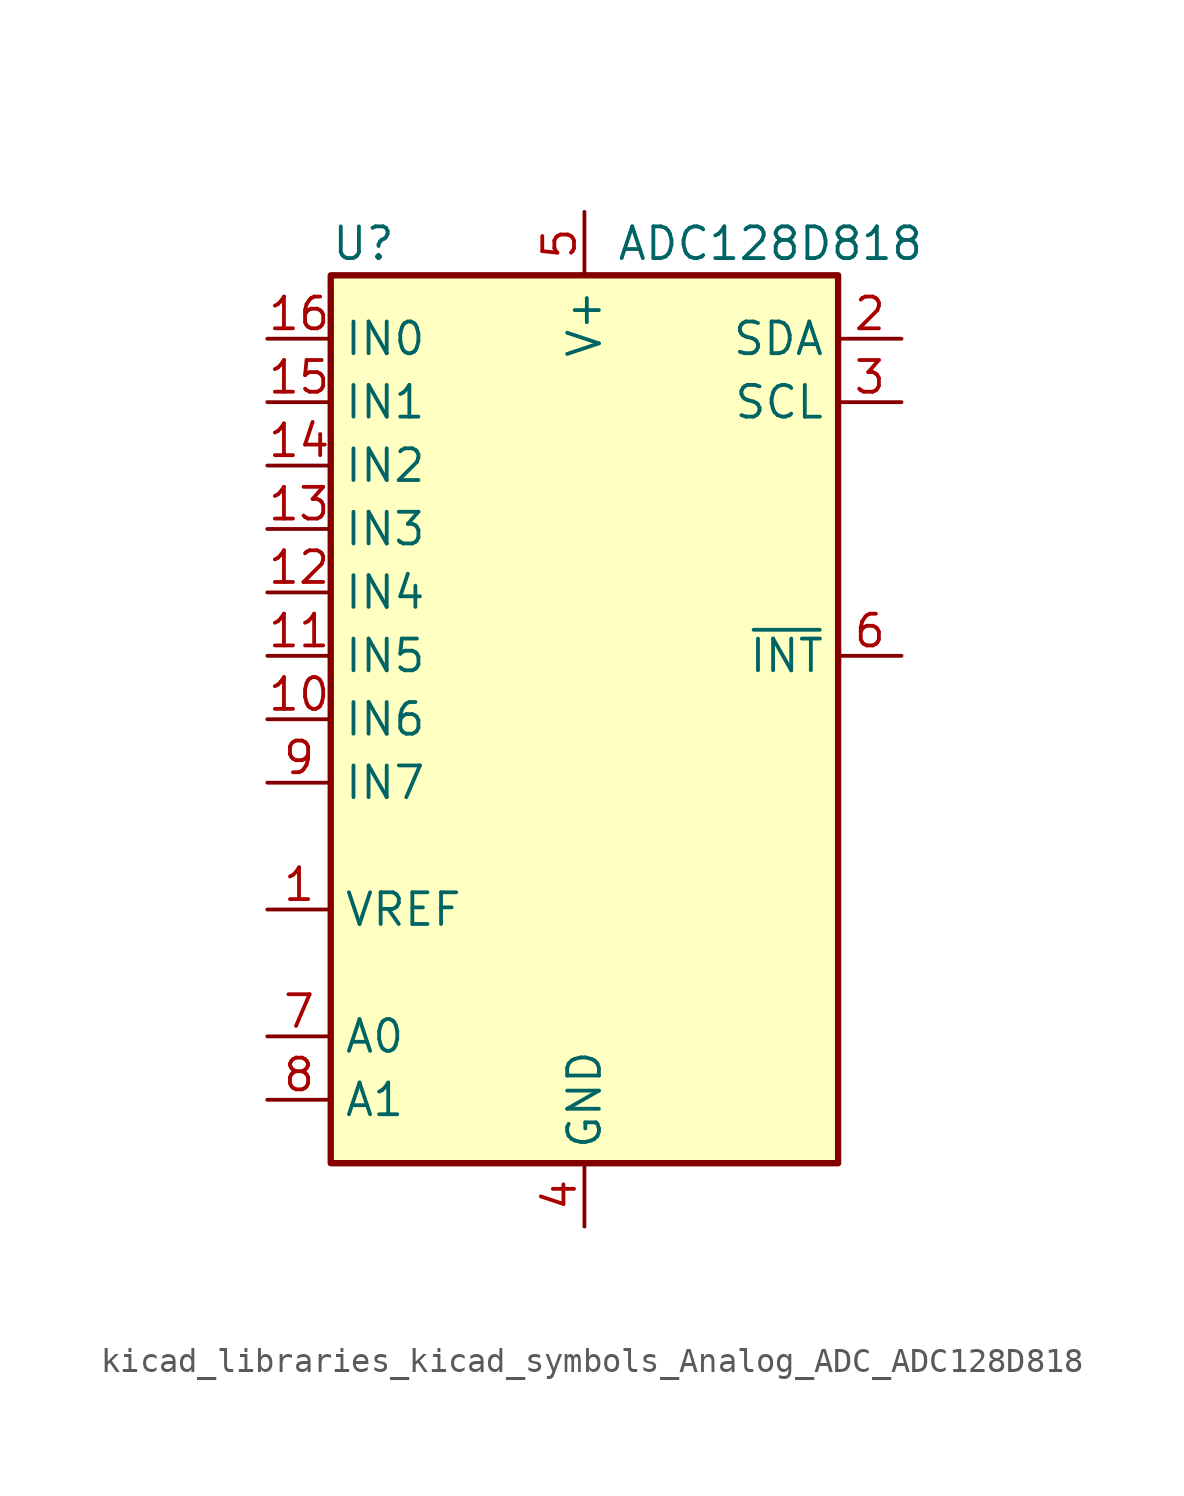
<source format=kicad_sym>
(kicad_symbol_lib
  (version 20220914)
  (generator kicad_symbol_editor)
  (symbol "kicad_libraries_kicad_symbols_Analog_ADC_ADC128D818"
    (property "Reference" "U"
      (at -10.16 19.05 0)
      (effects (font (size 1.27 1.27)) (justify left)))
    (property "Value" "ADC128D818"
      (at 1.27 19.05 0)
      (effects (font (size 1.27 1.27)) (justify left)))
    (symbol "kicad_libraries_kicad_symbols_Analog_ADC_ADC128D818_0_1"
      (rectangle (start -10.16 17.78) (end 10.16 -17.78) (stroke (width 0.254) (type default)) (fill (type background))))
    (symbol "kicad_libraries_kicad_symbols_Analog_ADC_ADC128D818_1_1"
      (pin input line (at -12.7 -7.62 0) (length 2.54) (name "VREF" (effects (font (size 1.27 1.27)))) (number "1" (effects (font (size 1.27 1.27)))))
      (pin input line (at -12.7 0 0) (length 2.54) (name "IN6" (effects (font (size 1.27 1.27)))) (number "10" (effects (font (size 1.27 1.27)))))
      (pin input line (at -12.7 2.54 0) (length 2.54) (name "IN5" (effects (font (size 1.27 1.27)))) (number "11" (effects (font (size 1.27 1.27)))))
      (pin input line (at -12.7 5.08 0) (length 2.54) (name "IN4" (effects (font (size 1.27 1.27)))) (number "12" (effects (font (size 1.27 1.27)))))
      (pin input line (at -12.7 7.62 0) (length 2.54) (name "IN3" (effects (font (size 1.27 1.27)))) (number "13" (effects (font (size 1.27 1.27)))))
      (pin input line (at -12.7 10.16 0) (length 2.54) (name "IN2" (effects (font (size 1.27 1.27)))) (number "14" (effects (font (size 1.27 1.27)))))
      (pin input line (at -12.7 12.7 0) (length 2.54) (name "IN1" (effects (font (size 1.27 1.27)))) (number "15" (effects (font (size 1.27 1.27)))))
      (pin input line (at -12.7 15.24 0) (length 2.54) (name "IN0" (effects (font (size 1.27 1.27)))) (number "16" (effects (font (size 1.27 1.27)))))
      (pin bidirectional line (at 12.7 15.24 180) (length 2.54) (name "SDA" (effects (font (size 1.27 1.27)))) (number "2" (effects (font (size 1.27 1.27)))))
      (pin input line (at 12.7 12.7 180) (length 2.54) (name "SCL" (effects (font (size 1.27 1.27)))) (number "3" (effects (font (size 1.27 1.27)))))
      (pin power_in line (at 0 -20.32 90) (length 2.54) (name "GND" (effects (font (size 1.27 1.27)))) (number "4" (effects (font (size 1.27 1.27)))))
      (pin power_in line (at 0 20.32 270) (length 2.54) (name "V+" (effects (font (size 1.27 1.27)))) (number "5" (effects (font (size 1.27 1.27)))))
      (pin output line (at 12.7 2.54 180) (length 2.54) (name "~{INT}" (effects (font (size 1.27 1.27)))) (number "6" (effects (font (size 1.27 1.27)))))
      (pin input line (at -12.7 -12.7 0) (length 2.54) (name "A0" (effects (font (size 1.27 1.27)))) (number "7" (effects (font (size 1.27 1.27)))))
      (pin input line (at -12.7 -15.24 0) (length 2.54) (name "A1" (effects (font (size 1.27 1.27)))) (number "8" (effects (font (size 1.27 1.27)))))
      (pin input line (at -12.7 -2.54 0) (length 2.54) (name "IN7" (effects (font (size 1.27 1.27)))) (number "9" (effects (font (size 1.27 1.27))))))))
</source>
